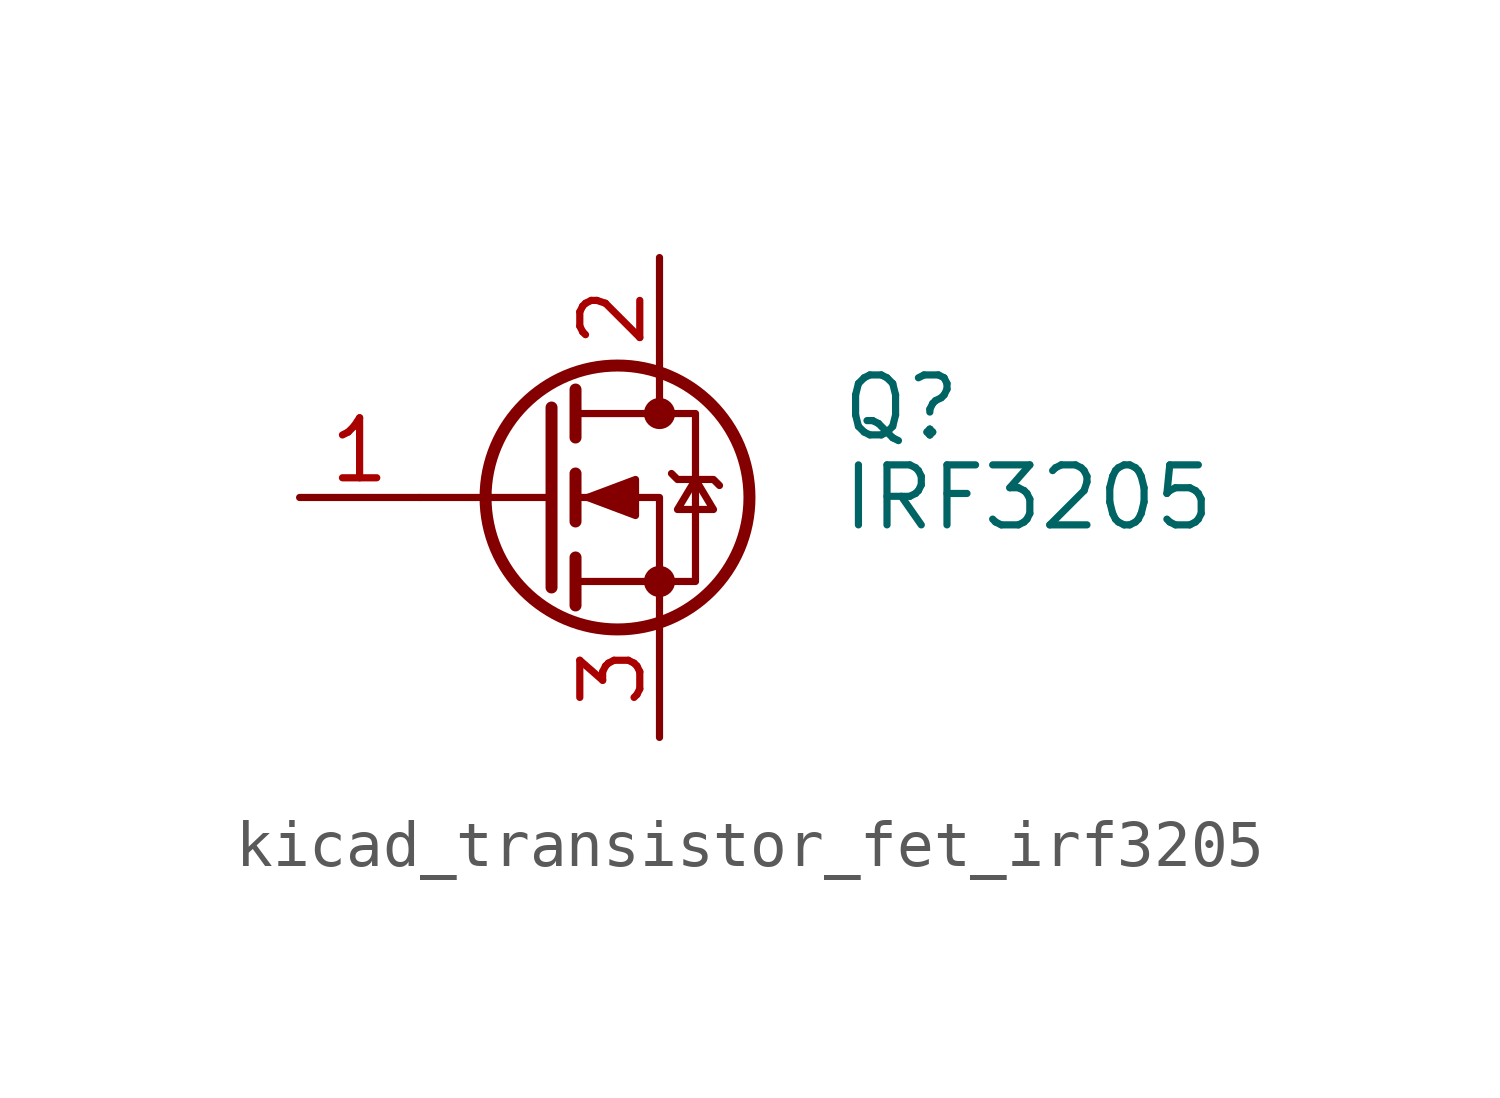
<source format=kicad_sym>
(kicad_symbol_lib
  (version 20220914)
  (generator kicad_symbol_editor)
  (symbol "kicad_transistor_fet_irf3205"
    (pin_names hide)
    (property "Reference" "Q"
      (at 6.35 1.905 0)
      (effects (font (size 1.27 1.27)) (justify left)))
    (property "Value" "IRF3205"
      (at 6.35 0 0)
      (effects (font (size 1.27 1.27)) (justify left)))
    (symbol "kicad_transistor_fet_irf3205_0_1"
      (polyline (pts (xy 0.254 0) (xy -2.54 0)) (stroke (width 0) (type default)) (fill (type none)))
      (polyline (pts (xy 0.254 1.905) (xy 0.254 -1.905)) (stroke (width 0.254) (type default)) (fill (type none)))
      (polyline (pts (xy 0.762 -1.27) (xy 0.762 -2.286)) (stroke (width 0.254) (type default)) (fill (type none)))
      (polyline (pts (xy 0.762 0.508) (xy 0.762 -0.508)) (stroke (width 0.254) (type default)) (fill (type none)))
      (polyline (pts (xy 0.762 2.286) (xy 0.762 1.27)) (stroke (width 0.254) (type default)) (fill (type none)))
      (polyline (pts (xy 2.54 2.54) (xy 2.54 1.778)) (stroke (width 0) (type default)) (fill (type none)))
      (polyline (pts (xy 2.54 -2.54) (xy 2.54 0) (xy 0.762 0)) (stroke (width 0) (type default)) (fill (type none)))
      (polyline (pts (xy 0.762 -1.778) (xy 3.302 -1.778) (xy 3.302 1.778) (xy 0.762 1.778)) (stroke (width 0) (type default)) (fill (type none)))
      (polyline (pts (xy 1.016 0) (xy 2.032 0.381) (xy 2.032 -0.381) (xy 1.016 0)) (stroke (width 0) (type default)) (fill (type outline)))
      (polyline (pts (xy 2.794 0.508) (xy 2.921 0.381) (xy 3.683 0.381) (xy 3.81 0.254)) (stroke (width 0) (type default)) (fill (type none)))
      (polyline (pts (xy 3.302 0.381) (xy 2.921 -0.254) (xy 3.683 -0.254) (xy 3.302 0.381)) (stroke (width 0) (type default)) (fill (type none)))
      (circle (center 1.651 0) (radius 2.794) (stroke (width 0.254) (type default)) (fill (type none)))
      (circle (center 2.54 -1.778) (radius 0.254) (stroke (width 0) (type default)) (fill (type outline)))
      (circle (center 2.54 1.778) (radius 0.254) (stroke (width 0) (type default)) (fill (type outline))))
    (symbol "kicad_transistor_fet_irf3205_1_1"
      (pin input line (at -5.08 0 0) (length 2.54) (name "G" (effects (font (size 1.27 1.27)))) (number "1" (effects (font (size 1.27 1.27)))))
      (pin passive line (at 2.54 5.08 270) (length 2.54) (name "D" (effects (font (size 1.27 1.27)))) (number "2" (effects (font (size 1.27 1.27)))))
      (pin passive line (at 2.54 -5.08 90) (length 2.54) (name "S" (effects (font (size 1.27 1.27)))) (number "3" (effects (font (size 1.27 1.27))))))))
</source>
